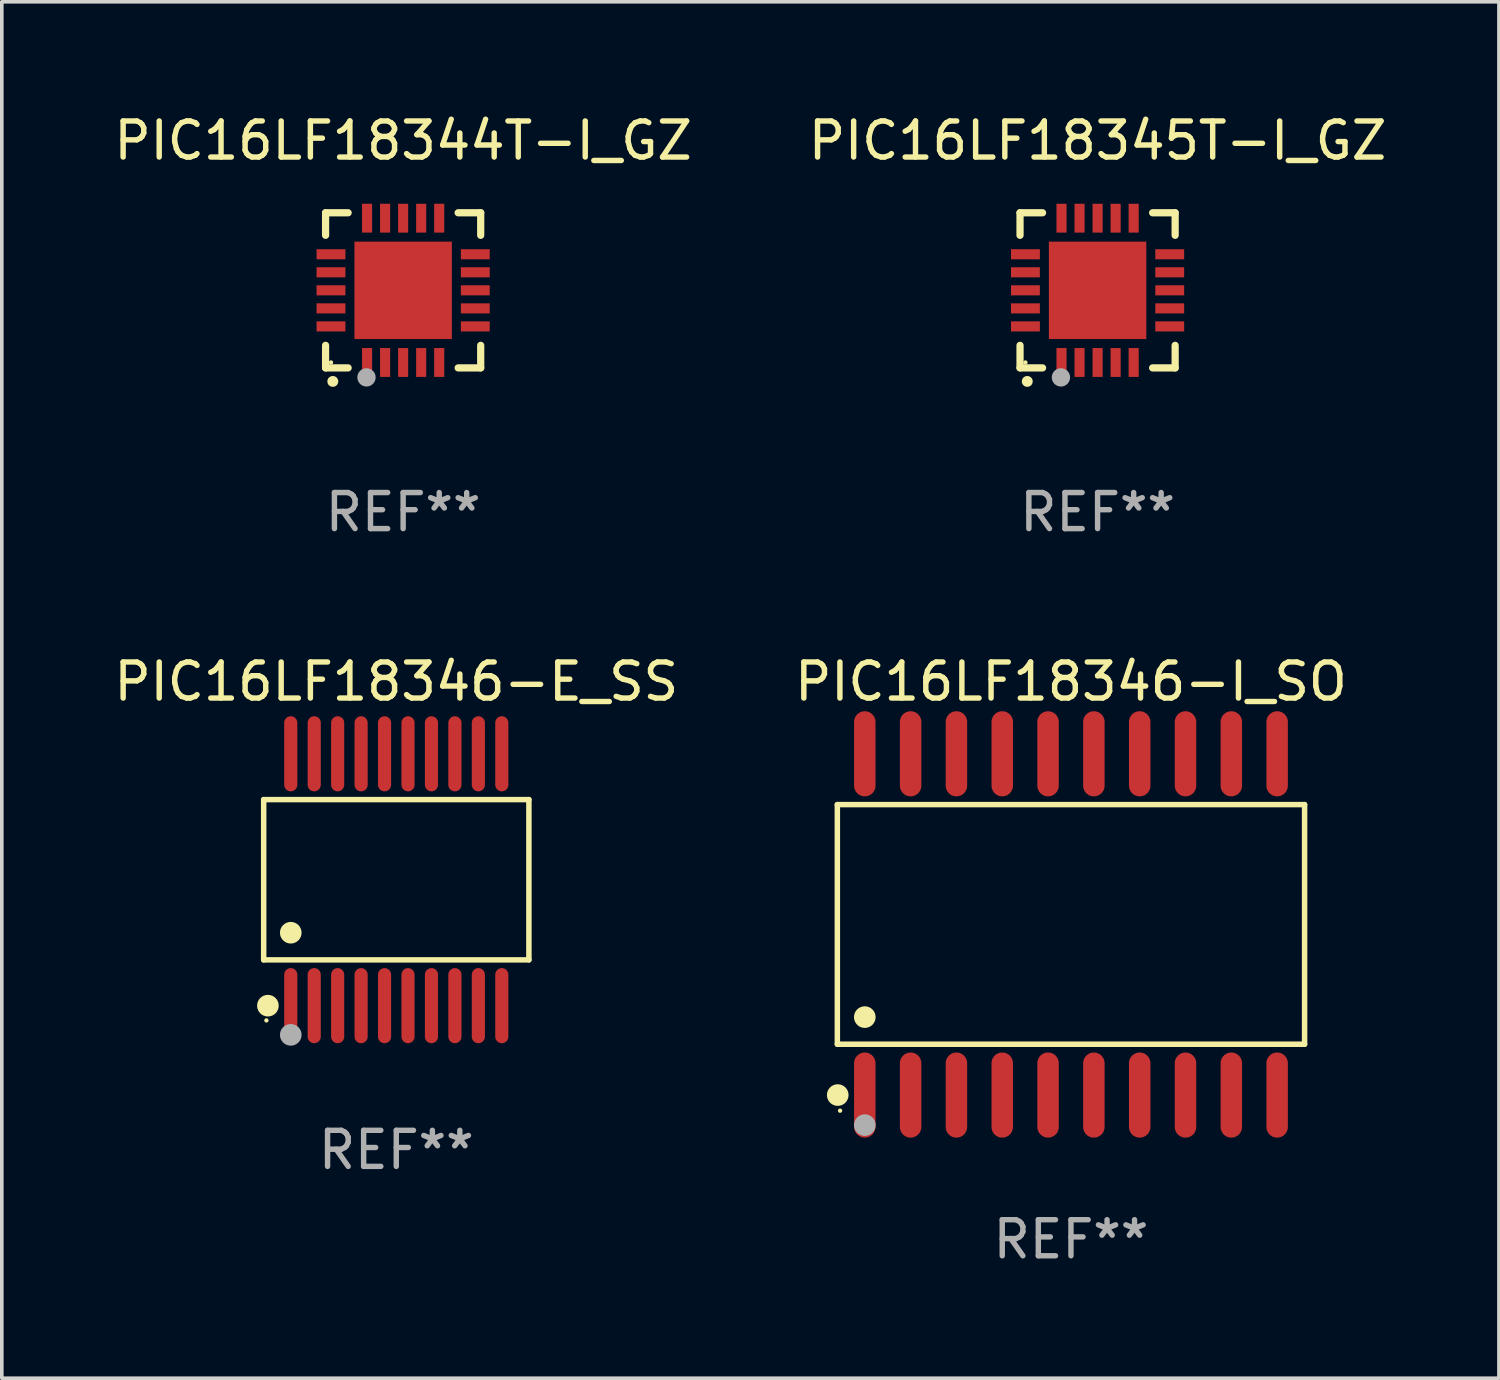
<source format=kicad_pcb>
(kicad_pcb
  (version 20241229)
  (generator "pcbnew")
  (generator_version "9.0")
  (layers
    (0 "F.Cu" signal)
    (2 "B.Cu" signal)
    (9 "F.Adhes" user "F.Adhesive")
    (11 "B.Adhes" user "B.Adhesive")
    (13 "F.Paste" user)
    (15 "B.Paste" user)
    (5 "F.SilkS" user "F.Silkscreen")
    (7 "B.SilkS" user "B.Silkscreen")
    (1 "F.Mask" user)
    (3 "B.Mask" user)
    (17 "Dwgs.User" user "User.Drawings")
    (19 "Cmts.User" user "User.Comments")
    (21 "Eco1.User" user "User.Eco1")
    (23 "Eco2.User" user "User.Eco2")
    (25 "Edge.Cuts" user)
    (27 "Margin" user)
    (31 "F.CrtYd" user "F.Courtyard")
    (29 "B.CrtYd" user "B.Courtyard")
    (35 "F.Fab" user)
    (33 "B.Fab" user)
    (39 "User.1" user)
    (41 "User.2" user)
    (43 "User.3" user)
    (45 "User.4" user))
  (footprint "PIC16LF18344T-I_GZ"
    (layer "F.Cu")
    (at 8.125 4.998)
    (property "Reference" "PIC16LF18344T-I_GZ" (at 0 -4.15 0) (layer "F.SilkS") (effects (font (size 1 1) (thickness 0.15))))
    (attr through_hole)
    (fp_line (start -2.15 -2.15) (end -2.15 -1.525) (stroke (width 0.2) (type solid)) (layer "F.SilkS"))
    (fp_line (start -2.15 2.15) (end -2.15 1.525) (stroke (width 0.2) (type solid)) (layer "F.SilkS"))
    (fp_line (start -1.525 -2.15) (end -2.15 -2.15) (stroke (width 0.2) (type solid)) (layer "F.SilkS"))
    (fp_line (start -1.525 2.15) (end -2.15 2.15) (stroke (width 0.2) (type solid)) (layer "F.SilkS"))
    (fp_line (start 1.525 2.15) (end 2.15 2.15) (stroke (width 0.2) (type solid)) (layer "F.SilkS"))
    (fp_line (start 2.15 -2.15) (end 1.525 -2.15) (stroke (width 0.2) (type solid)) (layer "F.SilkS"))
    (fp_line (start 2.15 -1.525) (end 2.15 -2.15) (stroke (width 0.2) (type solid)) (layer "F.SilkS"))
    (fp_line (start 2.15 2.15) (end 2.15 1.525) (stroke (width 0.2) (type solid)) (layer "F.SilkS"))
    (fp_arc (start -1.950724 2.524765) (mid -1.949454 2.52476) (end -1.948184 2.524765) (stroke (width 0.3) (type solid)) (layer "F.SilkS"))
    (fp_circle (center -2 2) (end -1.97 2) (stroke (width 0.06) (type solid)) (fill no) (layer "F.SilkS"))
    (fp_circle (center -1.016 2.413) (end -0.889 2.413) (stroke (width 0.254) (type solid)) (fill no) (layer "F.Fab"))
    (fp_text user "REF**" (at 0 6.15 0) (layer "F.Fab") (effects (font (size 1 1) (thickness 0.15))))
    (pad "1" smd rect (at -1 2 180) (size 0.28 0.8) (layers "F.Cu" "F.Mask" "F.Paste"))
    (pad "2" smd rect (at -0.5 2 180) (size 0.28 0.8) (layers "F.Cu" "F.Mask" "F.Paste"))
    (pad "3" smd rect (at 0 2 180) (size 0.28 0.8) (layers "F.Cu" "F.Mask" "F.Paste"))
    (pad "4" smd rect (at 0.5 2 180) (size 0.28 0.8) (layers "F.Cu" "F.Mask" "F.Paste"))
    (pad "5" smd rect (at 1 2 180) (size 0.28 0.8) (layers "F.Cu" "F.Mask" "F.Paste"))
    (pad "6" smd rect (at 2 1 90) (size 0.28 0.8) (layers "F.Cu" "F.Mask" "F.Paste"))
    (pad "7" smd rect (at 2 0.5 90) (size 0.28 0.8) (layers "F.Cu" "F.Mask" "F.Paste"))
    (pad "8" smd rect (at 2 0 90) (size 0.28 0.8) (layers "F.Cu" "F.Mask" "F.Paste"))
    (pad "9" smd rect (at 2 -0.5 90) (size 0.28 0.8) (layers "F.Cu" "F.Mask" "F.Paste"))
    (pad "10" smd rect (at 2 -1 90) (size 0.28 0.8) (layers "F.Cu" "F.Mask" "F.Paste"))
    (pad "11" smd rect (at 1 -2 180) (size 0.28 0.8) (layers "F.Cu" "F.Mask" "F.Paste"))
    (pad "12" smd rect (at 0.5 -2 180) (size 0.28 0.8) (layers "F.Cu" "F.Mask" "F.Paste"))
    (pad "13" smd rect (at 0 -2 180) (size 0.28 0.8) (layers "F.Cu" "F.Mask" "F.Paste"))
    (pad "14" smd rect (at -0.5 -2 180) (size 0.28 0.8) (layers "F.Cu" "F.Mask" "F.Paste"))
    (pad "15" smd rect (at -1 -2 180) (size 0.28 0.8) (layers "F.Cu" "F.Mask" "F.Paste"))
    (pad "16" smd rect (at -2 -1 90) (size 0.28 0.8) (layers "F.Cu" "F.Mask" "F.Paste"))
    (pad "17" smd rect (at -2 -0.5 90) (size 0.28 0.8) (layers "F.Cu" "F.Mask" "F.Paste"))
    (pad "18" smd rect (at -2 0 90) (size 0.28 0.8) (layers "F.Cu" "F.Mask" "F.Paste"))
    (pad "19" smd rect (at -2 0.5 90) (size 0.28 0.8) (layers "F.Cu" "F.Mask" "F.Paste"))
    (pad "20" smd rect (at -2 1 90) (size 0.28 0.8) (layers "F.Cu" "F.Mask" "F.Paste"))
    (pad "21" smd rect (at 0 0 90) (size 2.7 2.7) (layers "F.Cu" "F.Mask" "F.Paste")))
  (footprint "PIC16LF18345T-I_GZ"
    (layer "F.Cu")
    (at 27.375 4.998)
    (property "Reference" "PIC16LF18345T-I_GZ" (at 0 -4.15 0) (layer "F.SilkS") (effects (font (size 1 1) (thickness 0.15))))
    (attr through_hole)
    (fp_line (start -2.15 -2.15) (end -2.15 -1.525) (stroke (width 0.2) (type solid)) (layer "F.SilkS"))
    (fp_line (start -2.15 2.15) (end -2.15 1.525) (stroke (width 0.2) (type solid)) (layer "F.SilkS"))
    (fp_line (start -1.525 -2.15) (end -2.15 -2.15) (stroke (width 0.2) (type solid)) (layer "F.SilkS"))
    (fp_line (start -1.525 2.15) (end -2.15 2.15) (stroke (width 0.2) (type solid)) (layer "F.SilkS"))
    (fp_line (start 1.525 2.15) (end 2.15 2.15) (stroke (width 0.2) (type solid)) (layer "F.SilkS"))
    (fp_line (start 2.15 -2.15) (end 1.525 -2.15) (stroke (width 0.2) (type solid)) (layer "F.SilkS"))
    (fp_line (start 2.15 -1.525) (end 2.15 -2.15) (stroke (width 0.2) (type solid)) (layer "F.SilkS"))
    (fp_line (start 2.15 2.15) (end 2.15 1.525) (stroke (width 0.2) (type solid)) (layer "F.SilkS"))
    (fp_arc (start -1.950724 2.524765) (mid -1.949454 2.52476) (end -1.948184 2.524765) (stroke (width 0.3) (type solid)) (layer "F.SilkS"))
    (fp_circle (center -2 2) (end -1.97 2) (stroke (width 0.06) (type solid)) (fill no) (layer "F.SilkS"))
    (fp_circle (center -1.016 2.413) (end -0.889 2.413) (stroke (width 0.254) (type solid)) (fill no) (layer "F.Fab"))
    (fp_text user "REF**" (at 0 6.15 0) (layer "F.Fab") (effects (font (size 1 1) (thickness 0.15))))
    (pad "1" smd rect (at -1 2 180) (size 0.28 0.8) (layers "F.Cu" "F.Mask" "F.Paste"))
    (pad "2" smd rect (at -0.5 2 180) (size 0.28 0.8) (layers "F.Cu" "F.Mask" "F.Paste"))
    (pad "3" smd rect (at 0 2 180) (size 0.28 0.8) (layers "F.Cu" "F.Mask" "F.Paste"))
    (pad "4" smd rect (at 0.5 2 180) (size 0.28 0.8) (layers "F.Cu" "F.Mask" "F.Paste"))
    (pad "5" smd rect (at 1 2 180) (size 0.28 0.8) (layers "F.Cu" "F.Mask" "F.Paste"))
    (pad "6" smd rect (at 2 1 90) (size 0.28 0.8) (layers "F.Cu" "F.Mask" "F.Paste"))
    (pad "7" smd rect (at 2 0.5 90) (size 0.28 0.8) (layers "F.Cu" "F.Mask" "F.Paste"))
    (pad "8" smd rect (at 2 0 90) (size 0.28 0.8) (layers "F.Cu" "F.Mask" "F.Paste"))
    (pad "9" smd rect (at 2 -0.5 90) (size 0.28 0.8) (layers "F.Cu" "F.Mask" "F.Paste"))
    (pad "10" smd rect (at 2 -1 90) (size 0.28 0.8) (layers "F.Cu" "F.Mask" "F.Paste"))
    (pad "11" smd rect (at 1 -2 180) (size 0.28 0.8) (layers "F.Cu" "F.Mask" "F.Paste"))
    (pad "12" smd rect (at 0.5 -2 180) (size 0.28 0.8) (layers "F.Cu" "F.Mask" "F.Paste"))
    (pad "13" smd rect (at 0 -2 180) (size 0.28 0.8) (layers "F.Cu" "F.Mask" "F.Paste"))
    (pad "14" smd rect (at -0.5 -2 180) (size 0.28 0.8) (layers "F.Cu" "F.Mask" "F.Paste"))
    (pad "15" smd rect (at -1 -2 180) (size 0.28 0.8) (layers "F.Cu" "F.Mask" "F.Paste"))
    (pad "16" smd rect (at -2 -1 90) (size 0.28 0.8) (layers "F.Cu" "F.Mask" "F.Paste"))
    (pad "17" smd rect (at -2 -0.5 90) (size 0.28 0.8) (layers "F.Cu" "F.Mask" "F.Paste"))
    (pad "18" smd rect (at -2 0 90) (size 0.28 0.8) (layers "F.Cu" "F.Mask" "F.Paste"))
    (pad "19" smd rect (at -2 0.5 90) (size 0.28 0.8) (layers "F.Cu" "F.Mask" "F.Paste"))
    (pad "20" smd rect (at -2 1 90) (size 0.28 0.8) (layers "F.Cu" "F.Mask" "F.Paste"))
    (pad "21" smd rect (at 0 0 90) (size 2.7 2.7) (layers "F.Cu" "F.Mask" "F.Paste")))
  (footprint "PIC16LF18346-I_SO"
    (layer "F.Cu")
    (at 26.637 22.575)
    (property "Reference" "PIC16LF18346-I_SO" (at 0 -6.73 0) (layer "F.SilkS") (effects (font (size 1 1) (thickness 0.15))))
    (attr through_hole)
    (fp_line (start -6.476 -3.321) (end 6.476 -3.321) (stroke (width 0.152) (type solid)) (layer "F.SilkS"))
    (fp_line (start -6.476 3.321) (end -6.476 -3.321) (stroke (width 0.152) (type solid)) (layer "F.SilkS"))
    (fp_line (start 6.476 -3.321) (end 6.476 3.321) (stroke (width 0.152) (type solid)) (layer "F.SilkS"))
    (fp_line (start 6.476 3.321) (end -6.476 3.321) (stroke (width 0.152) (type solid)) (layer "F.SilkS"))
    (fp_circle (center -6.465 4.73) (end -6.315 4.73) (stroke (width 0.3) (type solid)) (fill no) (layer "F.SilkS"))
    (fp_circle (center -6.4 5.163) (end -6.37 5.163) (stroke (width 0.06) (type solid)) (fill no) (layer "F.SilkS"))
    (fp_circle (center -5.715 2.569) (end -5.565 2.569) (stroke (width 0.3) (type solid)) (fill no) (layer "F.SilkS"))
    (fp_circle (center -5.715 5.563) (end -5.565 5.563) (stroke (width 0.3) (type solid)) (fill no) (layer "F.Fab"))
    (fp_text user "REF**" (at 0 8.73 0) (layer "F.Fab") (effects (font (size 1 1) (thickness 0.15))))
    (pad "1" smd oval (at -5.715 4.73) (size 0.595 2.36) (layers "F.Cu" "F.Mask" "F.Paste"))
    (pad "2" smd oval (at -4.445 4.73) (size 0.595 2.36) (layers "F.Cu" "F.Mask" "F.Paste"))
    (pad "3" smd oval (at -3.175 4.73) (size 0.595 2.36) (layers "F.Cu" "F.Mask" "F.Paste"))
    (pad "4" smd oval (at -1.905 4.73) (size 0.595 2.36) (layers "F.Cu" "F.Mask" "F.Paste"))
    (pad "5" smd oval (at -0.635 4.73) (size 0.595 2.36) (layers "F.Cu" "F.Mask" "F.Paste"))
    (pad "6" smd oval (at 0.635 4.73) (size 0.595 2.36) (layers "F.Cu" "F.Mask" "F.Paste"))
    (pad "7" smd oval (at 1.905 4.73) (size 0.595 2.36) (layers "F.Cu" "F.Mask" "F.Paste"))
    (pad "8" smd oval (at 3.175 4.73) (size 0.595 2.36) (layers "F.Cu" "F.Mask" "F.Paste"))
    (pad "9" smd oval (at 4.445 4.73) (size 0.595 2.36) (layers "F.Cu" "F.Mask" "F.Paste"))
    (pad "10" smd oval (at 5.715 4.73) (size 0.595 2.36) (layers "F.Cu" "F.Mask" "F.Paste"))
    (pad "11" smd oval (at 5.715 -4.73) (size 0.595 2.36) (layers "F.Cu" "F.Mask" "F.Paste"))
    (pad "12" smd oval (at 4.445 -4.73) (size 0.595 2.36) (layers "F.Cu" "F.Mask" "F.Paste"))
    (pad "13" smd oval (at 3.175 -4.73) (size 0.595 2.36) (layers "F.Cu" "F.Mask" "F.Paste"))
    (pad "14" smd oval (at 1.905 -4.73) (size 0.595 2.36) (layers "F.Cu" "F.Mask" "F.Paste"))
    (pad "15" smd oval (at 0.635 -4.73) (size 0.595 2.36) (layers "F.Cu" "F.Mask" "F.Paste"))
    (pad "16" smd oval (at -0.635 -4.73) (size 0.595 2.36) (layers "F.Cu" "F.Mask" "F.Paste"))
    (pad "17" smd oval (at -1.905 -4.73) (size 0.595 2.36) (layers "F.Cu" "F.Mask" "F.Paste"))
    (pad "18" smd oval (at -3.175 -4.73) (size 0.595 2.36) (layers "F.Cu" "F.Mask" "F.Paste"))
    (pad "19" smd oval (at -4.445 -4.73) (size 0.595 2.36) (layers "F.Cu" "F.Mask" "F.Paste"))
    (pad "20" smd oval (at -5.715 -4.73) (size 0.595 2.36) (layers "F.Cu" "F.Mask" "F.Paste")))
  (footprint "PIC16LF18346-E_SS"
    (layer "F.Cu")
    (at 7.935 21.336)
    (property "Reference" "PIC16LF18346-E_SS" (at 0 -5.491 0) (layer "F.SilkS") (effects (font (size 1 1) (thickness 0.15))))
    (attr through_hole)
    (fp_line (start -3.676 -2.221) (end 3.676 -2.221) (stroke (width 0.152) (type solid)) (layer "F.SilkS"))
    (fp_line (start -3.676 2.221) (end -3.676 -2.221) (stroke (width 0.152) (type solid)) (layer "F.SilkS"))
    (fp_line (start 3.676 -2.221) (end 3.676 2.221) (stroke (width 0.152) (type solid)) (layer "F.SilkS"))
    (fp_line (start 3.676 2.221) (end -3.676 2.221) (stroke (width 0.152) (type solid)) (layer "F.SilkS"))
    (fp_circle (center -3.6 3.9) (end -3.57 3.9) (stroke (width 0.06) (type solid)) (fill no) (layer "F.SilkS"))
    (fp_circle (center -3.559 3.491) (end -3.409 3.491) (stroke (width 0.3) (type solid)) (fill no) (layer "F.SilkS"))
    (fp_circle (center -2.925 1.469) (end -2.775 1.469) (stroke (width 0.3) (type solid)) (fill no) (layer "F.SilkS"))
    (fp_circle (center -2.925 4.3) (end -2.775 4.3) (stroke (width 0.3) (type solid)) (fill no) (layer "F.Fab"))
    (fp_text user "REF**" (at 0 7.491 0) (layer "F.Fab") (effects (font (size 1 1) (thickness 0.15))))
    (pad "1" smd oval (at -2.925 3.491) (size 0.364 2.082) (layers "F.Cu" "F.Mask" "F.Paste"))
    (pad "2" smd oval (at -2.275 3.491) (size 0.364 2.082) (layers "F.Cu" "F.Mask" "F.Paste"))
    (pad "3" smd oval (at -1.625 3.491) (size 0.364 2.082) (layers "F.Cu" "F.Mask" "F.Paste"))
    (pad "4" smd oval (at -0.975 3.491) (size 0.364 2.082) (layers "F.Cu" "F.Mask" "F.Paste"))
    (pad "5" smd oval (at -0.325 3.491) (size 0.364 2.082) (layers "F.Cu" "F.Mask" "F.Paste"))
    (pad "6" smd oval (at 0.325 3.491) (size 0.364 2.082) (layers "F.Cu" "F.Mask" "F.Paste"))
    (pad "7" smd oval (at 0.975 3.491) (size 0.364 2.082) (layers "F.Cu" "F.Mask" "F.Paste"))
    (pad "8" smd oval (at 1.625 3.491) (size 0.364 2.082) (layers "F.Cu" "F.Mask" "F.Paste"))
    (pad "9" smd oval (at 2.275 3.491) (size 0.364 2.082) (layers "F.Cu" "F.Mask" "F.Paste"))
    (pad "10" smd oval (at 2.925 3.491) (size 0.364 2.082) (layers "F.Cu" "F.Mask" "F.Paste"))
    (pad "11" smd oval (at 2.925 -3.491) (size 0.364 2.082) (layers "F.Cu" "F.Mask" "F.Paste"))
    (pad "12" smd oval (at 2.275 -3.491) (size 0.364 2.082) (layers "F.Cu" "F.Mask" "F.Paste"))
    (pad "13" smd oval (at 1.625 -3.491) (size 0.364 2.082) (layers "F.Cu" "F.Mask" "F.Paste"))
    (pad "14" smd oval (at 0.975 -3.491) (size 0.364 2.082) (layers "F.Cu" "F.Mask" "F.Paste"))
    (pad "15" smd oval (at 0.325 -3.491) (size 0.364 2.082) (layers "F.Cu" "F.Mask" "F.Paste"))
    (pad "16" smd oval (at -0.325 -3.491) (size 0.364 2.082) (layers "F.Cu" "F.Mask" "F.Paste"))
    (pad "17" smd oval (at -0.975 -3.491) (size 0.364 2.082) (layers "F.Cu" "F.Mask" "F.Paste"))
    (pad "18" smd oval (at -1.625 -3.491) (size 0.364 2.082) (layers "F.Cu" "F.Mask" "F.Paste"))
    (pad "19" smd oval (at -2.275 -3.491) (size 0.364 2.082) (layers "F.Cu" "F.Mask" "F.Paste"))
    (pad "20" smd oval (at -2.925 -3.491) (size 0.364 2.082) (layers "F.Cu" "F.Mask" "F.Paste")))
  (gr_rect
    (start -3 -3)
    (end 38.5 35.153)
    (stroke (width 0.1) (type default))
    (fill no)
    (layer "Edge.Cuts")))
</source>
